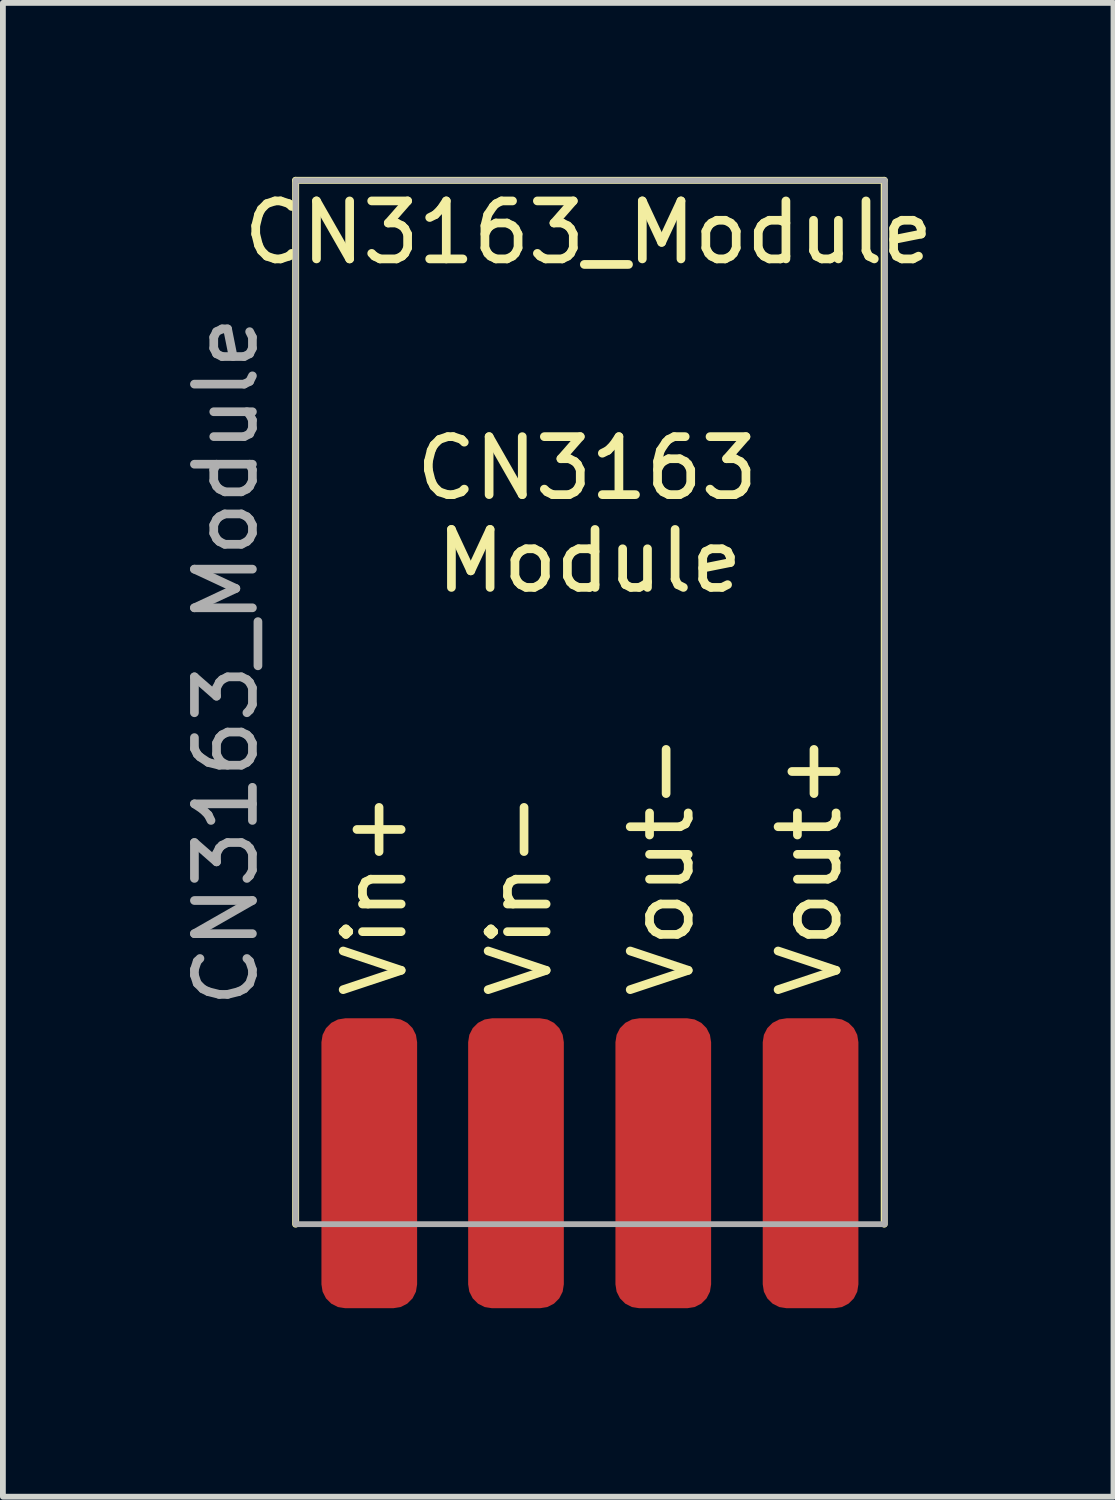
<source format=kicad_pcb>
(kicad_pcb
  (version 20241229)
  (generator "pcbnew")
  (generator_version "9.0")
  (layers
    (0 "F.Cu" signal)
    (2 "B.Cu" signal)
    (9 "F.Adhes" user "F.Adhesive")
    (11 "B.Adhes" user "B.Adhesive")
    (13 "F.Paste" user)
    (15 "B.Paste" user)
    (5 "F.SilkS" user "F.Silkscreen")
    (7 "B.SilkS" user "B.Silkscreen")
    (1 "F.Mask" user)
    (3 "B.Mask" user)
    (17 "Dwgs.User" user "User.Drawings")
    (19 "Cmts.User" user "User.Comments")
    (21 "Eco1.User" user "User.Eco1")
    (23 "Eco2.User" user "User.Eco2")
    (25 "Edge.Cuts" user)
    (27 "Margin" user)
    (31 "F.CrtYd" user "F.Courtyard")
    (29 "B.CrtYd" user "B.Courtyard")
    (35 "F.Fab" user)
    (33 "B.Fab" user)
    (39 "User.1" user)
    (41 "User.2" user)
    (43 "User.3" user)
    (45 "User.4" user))
  (footprint "CN3163_Module"
    (layer "F.Cu")
    (at 7.098 19.51)
    (property "Reference" "CN3163_Module" (at 0 -18.55 0) (unlocked yes) (layer "F.SilkS") (effects (font (size 1 1) (thickness 0.15))))
    (attr smd)
    (fp_line (start -5.05 -19.45) (end 5.1 -19.45) (stroke (width 0.12) (type default)) (layer "F.SilkS"))
    (fp_line (start -5.05 -1.45) (end -5.05 -19.45) (stroke (width 0.12) (type default)) (layer "F.SilkS"))
    (fp_line (start 5.1 -19.45) (end 5.1 -1.45) (stroke (width 0.12) (type default)) (layer "F.SilkS"))
    (fp_rect (start -5.05 -19.45) (end 5.11 -1.45) (stroke (width 0.1) (type default)) (fill no) (layer "F.Fab"))
    (fp_text user "Vin+" (at -3.1 -5.3 90) (unlocked yes) (layer "F.SilkS") (effects (font (size 1 1) (thickness 0.15)) (justify left bottom)))
    (fp_text user "Vin-" (at -0.6 -5.3 90) (unlocked yes) (layer "F.SilkS") (effects (font (size 1 1) (thickness 0.15)) (justify left bottom)))
    (fp_text user "Module" (at -2.7 -12.3 0) (unlocked yes) (layer "F.SilkS") (effects (font (size 1 1) (thickness 0.15)) (justify left bottom)))
    (fp_text user "Vout+" (at 4.4 -5.3 90) (unlocked yes) (layer "F.SilkS") (effects (font (size 1 1) (thickness 0.15)) (justify left bottom)))
    (fp_text user "CN3163" (at -3.05 -13.9 0) (unlocked yes) (layer "F.SilkS") (effects (font (size 1 1) (thickness 0.15)) (justify left bottom)))
    (fp_text user "Vout-" (at 1.85 -5.3 90) (unlocked yes) (layer "F.SilkS") (effects (font (size 1 1) (thickness 0.15)) (justify left bottom)))
    (fp_text user "${REFERENCE}" (at -6.25 -11.15 90) (unlocked yes) (layer "F.Fab") (effects (font (size 1 1) (thickness 0.15))))
    (pad "1" smd roundrect (at -3.78 -2.7) (size 1.65 5) (drill (offset 0 0.2)) (layers "F.Cu" "F.Mask" "F.Paste") (roundrect_rratio 0.25))
    (pad "2" smd roundrect (at -1.25 -2.7) (size 1.65 5) (drill (offset 0 0.2)) (layers "F.Cu" "F.Mask" "F.Paste") (roundrect_rratio 0.25))
    (pad "3" smd roundrect (at 1.29 -2.7) (size 1.65 5) (drill (offset 0 0.2)) (layers "F.Cu" "F.Mask" "F.Paste") (roundrect_rratio 0.25))
    (pad "4" smd roundrect (at 3.83 -2.7) (size 1.65 5) (drill (offset 0 0.2)) (layers "F.Cu" "F.Mask" "F.Paste") (roundrect_rratio 0.25)))
  (gr_rect
    (start -3 -3)
    (end 16.152 22.76)
    (stroke (width 0.1) (type default))
    (fill no)
    (layer "Edge.Cuts")))
</source>
